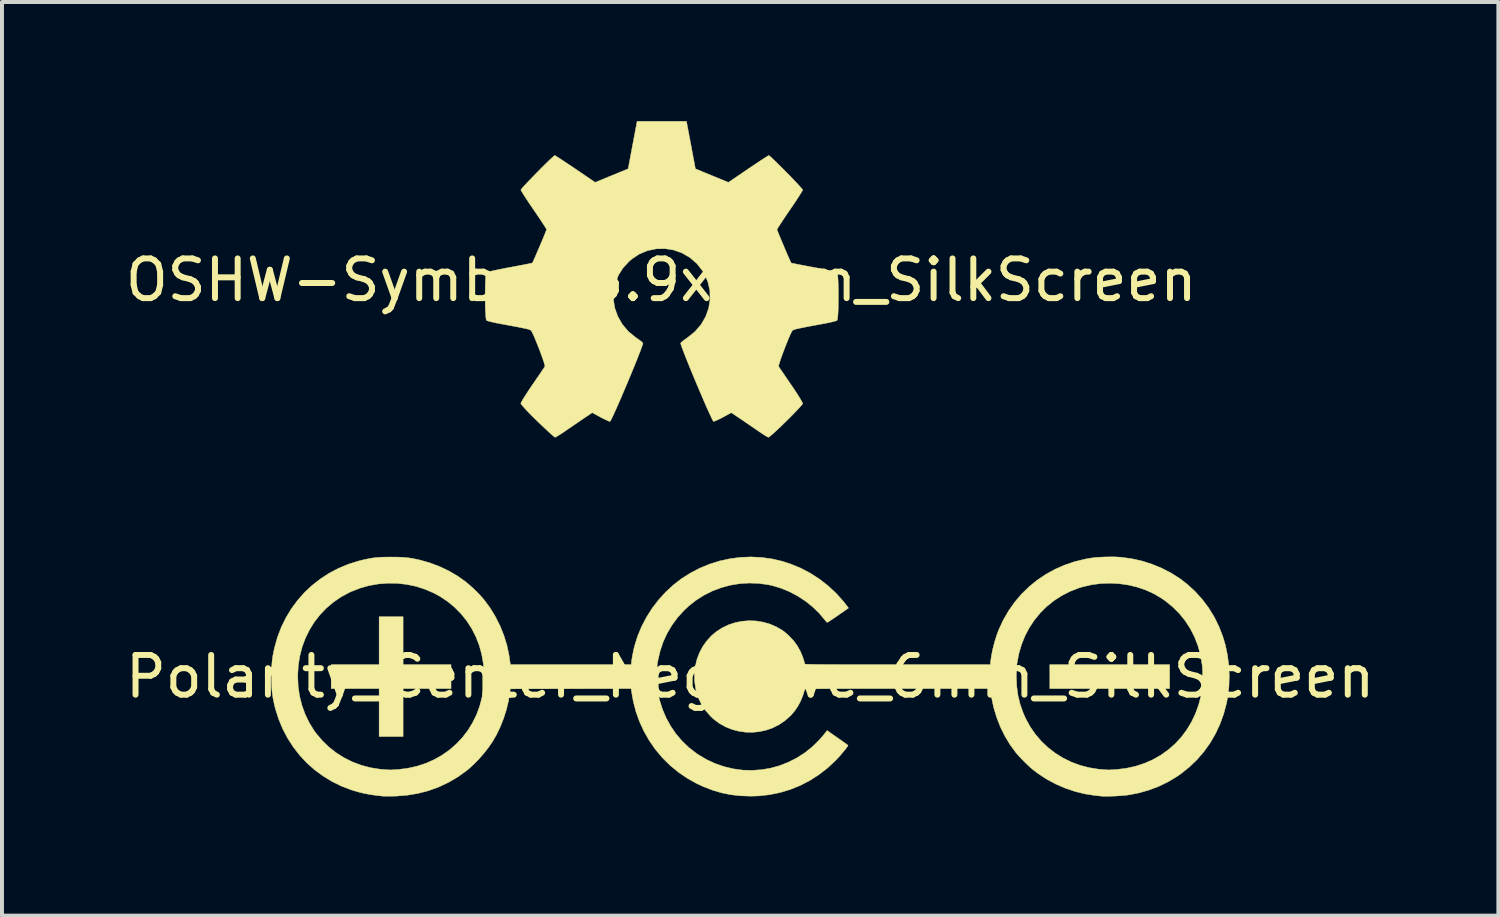
<source format=kicad_pcb>
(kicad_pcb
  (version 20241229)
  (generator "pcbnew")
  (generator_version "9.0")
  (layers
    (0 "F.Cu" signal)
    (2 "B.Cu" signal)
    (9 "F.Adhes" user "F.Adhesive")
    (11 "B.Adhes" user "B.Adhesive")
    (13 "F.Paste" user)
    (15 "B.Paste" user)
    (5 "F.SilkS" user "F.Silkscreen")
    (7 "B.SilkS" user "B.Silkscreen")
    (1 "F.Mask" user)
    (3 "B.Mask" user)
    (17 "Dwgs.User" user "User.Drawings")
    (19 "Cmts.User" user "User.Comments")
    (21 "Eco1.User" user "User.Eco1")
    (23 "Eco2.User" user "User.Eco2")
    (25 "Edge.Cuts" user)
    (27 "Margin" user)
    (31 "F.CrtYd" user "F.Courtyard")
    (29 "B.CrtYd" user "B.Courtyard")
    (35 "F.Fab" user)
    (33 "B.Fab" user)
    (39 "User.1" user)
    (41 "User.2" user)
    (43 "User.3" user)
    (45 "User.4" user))
  (footprint "OSHW-Symbol_8.9x8mm_SilkScreen"
    (layer "F.Cu")
    (at 13.601 4.002)
    (property "Reference" "OSHW-Symbol_8.9x8mm_SilkScreen" (at 0 0 0) (layer "F.SilkS") (effects (font (size 1 1) (thickness 0.15))))
    (attr exclude_from_pos_files exclude_from_bom)
    (fp_poly (pts (xy 0.747 -3.4) (xy 0.859 -2.802) (xy 1.275 -2.631) (xy 1.69 -2.46) (xy 2.188 -2.799) (xy 2.328 -2.893) (xy 2.454 -2.977) (xy 2.561 -3.048) (xy 2.643 -3.1) (xy 2.693 -3.131) (xy 2.707 -3.138) (xy 2.732 -3.121) (xy 2.785 -3.073) (xy 2.86 -3.002) (xy 2.952 -2.912) (xy 3.054 -2.811) (xy 3.161 -2.703) (xy 3.266 -2.596) (xy 3.363 -2.494) (xy 3.447 -2.405) (xy 3.512 -2.333) (xy 3.552 -2.286) (xy 3.561 -2.27) (xy 3.547 -2.241) (xy 3.509 -2.178) (xy 3.451 -2.086) (xy 3.376 -1.971) (xy 3.288 -1.841) (xy 3.237 -1.767) (xy 3.145 -1.632) (xy 3.063 -1.509) (xy 2.995 -1.406) (xy 2.945 -1.329) (xy 2.918 -1.283) (xy 2.914 -1.273) (xy 2.923 -1.245) (xy 2.948 -1.181) (xy 2.986 -1.09) (xy 3.032 -0.979) (xy 3.083 -0.859) (xy 3.134 -0.739) (xy 3.182 -0.627) (xy 3.224 -0.532) (xy 3.254 -0.464) (xy 3.271 -0.432) (xy 3.272 -0.431) (xy 3.297 -0.424) (xy 3.364 -0.411) (xy 3.466 -0.39) (xy 3.597 -0.365) (xy 3.748 -0.337) (xy 3.837 -0.32) (xy 3.998 -0.29) (xy 4.145 -0.26) (xy 4.268 -0.234) (xy 4.36 -0.213) (xy 4.415 -0.197) (xy 4.426 -0.193) (xy 4.437 -0.16) (xy 4.446 -0.086) (xy 4.452 0.02) (xy 4.457 0.15) (xy 4.46 0.296) (xy 4.46 0.448) (xy 4.458 0.598) (xy 4.455 0.737) (xy 4.449 0.857) (xy 4.441 0.949) (xy 4.431 1.005) (xy 4.425 1.016) (xy 4.39 1.03) (xy 4.316 1.05) (xy 4.212 1.074) (xy 4.089 1.098) (xy 4.046 1.106) (xy 3.838 1.144) (xy 3.674 1.175) (xy 3.548 1.2) (xy 3.455 1.219) (xy 3.389 1.235) (xy 3.346 1.248) (xy 3.318 1.26) (xy 3.302 1.272) (xy 3.3 1.274) (xy 3.278 1.311) (xy 3.243 1.384) (xy 3.2 1.484) (xy 3.153 1.601) (xy 3.103 1.727) (xy 3.056 1.852) (xy 3.014 1.969) (xy 2.981 2.067) (xy 2.96 2.138) (xy 2.954 2.173) (xy 2.954 2.174) (xy 2.973 2.203) (xy 3.016 2.266) (xy 3.078 2.357) (xy 3.154 2.469) (xy 3.241 2.596) (xy 3.266 2.632) (xy 3.355 2.763) (xy 3.433 2.883) (xy 3.496 2.984) (xy 3.539 3.06) (xy 3.56 3.103) (xy 3.561 3.109) (xy 3.544 3.137) (xy 3.496 3.193) (xy 3.424 3.271) (xy 3.334 3.365) (xy 3.232 3.468) (xy 3.124 3.575) (xy 3.016 3.68) (xy 2.914 3.776) (xy 2.825 3.858) (xy 2.755 3.919) (xy 2.709 3.954) (xy 2.696 3.959) (xy 2.667 3.946) (xy 2.607 3.91) (xy 2.526 3.857) (xy 2.463 3.815) (xy 2.35 3.737) (xy 2.216 3.645) (xy 2.081 3.553) (xy 2.009 3.504) (xy 1.764 3.339) (xy 1.559 3.45) (xy 1.465 3.499) (xy 1.385 3.536) (xy 1.331 3.558) (xy 1.318 3.561) (xy 1.301 3.539) (xy 1.269 3.476) (xy 1.223 3.379) (xy 1.165 3.253) (xy 1.099 3.103) (xy 1.027 2.936) (xy 0.951 2.758) (xy 0.873 2.574) (xy 0.796 2.39) (xy 0.723 2.211) (xy 0.655 2.044) (xy 0.596 1.895) (xy 0.547 1.768) (xy 0.511 1.671) (xy 0.491 1.608) (xy 0.488 1.586) (xy 0.513 1.558) (xy 0.57 1.514) (xy 0.644 1.461) (xy 0.651 1.457) (xy 0.844 1.302) (xy 1 1.122) (xy 1.117 0.921) (xy 1.194 0.706) (xy 1.229 0.483) (xy 1.222 0.257) (xy 1.17 0.034) (xy 1.073 -0.18) (xy 1.044 -0.226) (xy 0.896 -0.415) (xy 0.72 -0.567) (xy 0.524 -0.681) (xy 0.313 -0.756) (xy 0.093 -0.791) (xy -0.13 -0.786) (xy -0.349 -0.74) (xy -0.559 -0.652) (xy -0.753 -0.521) (xy -0.813 -0.468) (xy -0.966 -0.301) (xy -1.077 -0.126) (xy -1.153 0.07) (xy -1.196 0.265) (xy -1.206 0.483) (xy -1.171 0.703) (xy -1.094 0.916) (xy -0.979 1.116) (xy -0.829 1.294) (xy -0.647 1.444) (xy -0.623 1.46) (xy -0.548 1.512) (xy -0.49 1.557) (xy -0.463 1.585) (xy -0.462 1.586) (xy -0.468 1.617) (xy -0.492 1.687) (xy -0.53 1.791) (xy -0.581 1.922) (xy -0.642 2.076) (xy -0.711 2.245) (xy -0.786 2.425) (xy -0.863 2.61) (xy -0.941 2.793) (xy -1.016 2.97) (xy -1.088 3.134) (xy -1.152 3.279) (xy -1.208 3.4) (xy -1.251 3.491) (xy -1.281 3.546) (xy -1.293 3.561) (xy -1.329 3.55) (xy -1.397 3.519) (xy -1.485 3.476) (xy -1.534 3.45) (xy -1.739 3.339) (xy -1.984 3.504) (xy -2.109 3.589) (xy -2.246 3.683) (xy -2.374 3.77) (xy -2.438 3.815) (xy -2.528 3.875) (xy -2.605 3.923) (xy -2.658 3.953) (xy -2.675 3.959) (xy -2.7 3.942) (xy -2.755 3.895) (xy -2.835 3.823) (xy -2.934 3.731) (xy -3.048 3.623) (xy -3.12 3.554) (xy -3.245 3.431) (xy -3.354 3.32) (xy -3.441 3.227) (xy -3.503 3.157) (xy -3.534 3.114) (xy -3.537 3.105) (xy -3.523 3.072) (xy -3.485 3.005) (xy -3.426 2.911) (xy -3.352 2.796) (xy -3.266 2.668) (xy -3.241 2.632) (xy -3.152 2.502) (xy -3.072 2.386) (xy -3.006 2.288) (xy -2.958 2.217) (xy -2.932 2.178) (xy -2.93 2.174) (xy -2.933 2.143) (xy -2.953 2.076) (xy -2.985 1.98) (xy -3.026 1.865) (xy -3.073 1.74) (xy -3.123 1.614) (xy -3.171 1.495) (xy -3.214 1.394) (xy -3.25 1.318) (xy -3.273 1.276) (xy -3.275 1.274) (xy -3.29 1.262) (xy -3.314 1.25) (xy -3.355 1.237) (xy -3.416 1.222) (xy -3.503 1.204) (xy -3.622 1.18) (xy -3.779 1.151) (xy -3.978 1.114) (xy -4.021 1.106) (xy -4.149 1.082) (xy -4.26 1.058) (xy -4.345 1.036) (xy -4.394 1.02) (xy -4.401 1.016) (xy -4.411 0.983) (xy -4.42 0.909) (xy -4.427 0.802) (xy -4.432 0.672) (xy -4.434 0.526) (xy -4.435 0.374) (xy -4.434 0.224) (xy -4.43 0.085) (xy -4.425 -0.034) (xy -4.417 -0.126) (xy -4.407 -0.181) (xy -4.401 -0.193) (xy -4.369 -0.204) (xy -4.295 -0.222) (xy -4.186 -0.246) (xy -4.051 -0.274) (xy -3.896 -0.305) (xy -3.812 -0.32) (xy -3.652 -0.35) (xy -3.509 -0.377) (xy -3.391 -0.4) (xy -3.304 -0.418) (xy -3.255 -0.428) (xy -3.247 -0.431) (xy -3.233 -0.457) (xy -3.204 -0.52) (xy -3.164 -0.611) (xy -3.117 -0.721) (xy -3.065 -0.841) (xy -3.014 -0.962) (xy -2.967 -1.074) (xy -2.928 -1.17) (xy -2.901 -1.239) (xy -2.889 -1.273) (xy -2.889 -1.274) (xy -2.902 -1.301) (xy -2.94 -1.362) (xy -2.999 -1.452) (xy -3.074 -1.565) (xy -3.161 -1.694) (xy -3.212 -1.768) (xy -3.305 -1.904) (xy -3.387 -2.027) (xy -3.455 -2.132) (xy -3.505 -2.212) (xy -3.532 -2.26) (xy -3.536 -2.271) (xy -3.519 -2.296) (xy -3.473 -2.35) (xy -3.402 -2.426) (xy -3.314 -2.519) (xy -3.214 -2.623) (xy -3.108 -2.731) (xy -3.002 -2.838) (xy -2.902 -2.937) (xy -2.814 -3.022) (xy -2.743 -3.088) (xy -2.697 -3.128) (xy -2.682 -3.138) (xy -2.656 -3.124) (xy -2.596 -3.086) (xy -2.506 -3.028) (xy -2.393 -2.953) (xy -2.262 -2.866) (xy -2.163 -2.799) (xy -1.665 -2.46) (xy -1.25 -2.631) (xy -0.834 -2.802) (xy -0.722 -3.4) (xy -0.609 -3.997) (xy 0.634 -3.997) (xy 0.747 -3.4)) (stroke (width 0.01) (type solid)) (fill yes) (layer "F.SilkS")))
  (footprint "Polarity_Center_Negative_6mm_SilkScreen"
    (layer "F.Cu")
    (at 15.839 13.987)
    (property "Reference" "Polarity_Center_Negative_6mm_SilkScreen" (at 0 0 0) (layer "F.SilkS") (effects (font (size 1 1) (thickness 0.15))))
    (attr exclude_from_pos_files exclude_from_bom)
    (fp_poly (pts (xy 10.562 0.302) (xy 7.545 0.302) (xy 7.545 -0.302) (xy 10.562 -0.302) (xy 10.562 0.302)) (stroke (width 0.01) (type solid)) (fill yes) (layer "F.SilkS"))
    (fp_poly (pts (xy -8.739 -0.302) (xy -7.532 -0.302) (xy -7.532 0.302) (xy -8.739 0.302) (xy -8.739 1.509) (xy -9.343 1.509) (xy -9.343 0.302) (xy -10.55 0.302) (xy -10.55 -0.302) (xy -9.343 -0.302) (xy -9.343 -1.509) (xy -8.739 -1.509) (xy -8.739 -0.302)) (stroke (width 0.01) (type solid)) (fill yes) (layer "F.SilkS"))
    (fp_poly (pts (xy 9.175 -3.015) (xy 9.284 -3.01) (xy 9.337 -3.006) (xy 9.605 -2.97) (xy 9.869 -2.911) (xy 10.125 -2.829) (xy 10.371 -2.727) (xy 10.606 -2.605) (xy 10.827 -2.464) (xy 11.002 -2.329) (xy 11.202 -2.146) (xy 11.382 -1.947) (xy 11.543 -1.733) (xy 11.684 -1.505) (xy 11.803 -1.264) (xy 11.901 -1.012) (xy 11.965 -0.798) (xy 12.018 -0.544) (xy 12.052 -0.282) (xy 12.064 -0.017) (xy 12.056 0.245) (xy 12.027 0.501) (xy 11.995 0.671) (xy 11.923 0.94) (xy 11.83 1.197) (xy 11.715 1.442) (xy 11.581 1.673) (xy 11.426 1.889) (xy 11.252 2.091) (xy 11.06 2.275) (xy 10.85 2.443) (xy 10.762 2.505) (xy 10.53 2.646) (xy 10.288 2.764) (xy 10.035 2.859) (xy 9.771 2.933) (xy 9.515 2.981) (xy 9.451 2.989) (xy 9.371 2.996) (xy 9.282 3.002) (xy 9.188 3.008) (xy 9.095 3.011) (xy 9.008 3.014) (xy 8.933 3.014) (xy 8.874 3.012) (xy 8.852 3.011) (xy 8.821 3.007) (xy 8.773 3.002) (xy 8.714 2.996) (xy 8.676 2.992) (xy 8.428 2.954) (xy 8.179 2.892) (xy 7.933 2.809) (xy 7.695 2.706) (xy 7.466 2.583) (xy 7.252 2.443) (xy 7.123 2.345) (xy 7.041 2.274) (xy 6.951 2.191) (xy 6.861 2.1) (xy 6.775 2.011) (xy 6.703 1.928) (xy 6.694 1.918) (xy 6.548 1.719) (xy 6.417 1.503) (xy 6.303 1.273) (xy 6.208 1.031) (xy 6.132 0.78) (xy 6.077 0.523) (xy 6.066 0.456) (xy 6.044 0.302) (xy 3.713 0.302) (xy 3.419 0.302) (xy 3.148 0.302) (xy 2.901 0.302) (xy 2.677 0.302) (xy 2.474 0.303) (xy 2.291 0.303) (xy 2.129 0.304) (xy 1.985 0.304) (xy 1.859 0.305) (xy 1.749 0.306) (xy 1.656 0.307) (xy 1.578 0.308) (xy 1.515 0.309) (xy 1.464 0.31) (xy 1.426 0.312) (xy 1.4 0.313) (xy 1.384 0.315) (xy 1.378 0.317) (xy 1.378 0.318) (xy 1.327 0.476) (xy 1.271 0.615) (xy 1.207 0.737) (xy 1.133 0.848) (xy 1.046 0.953) (xy 1.007 0.994) (xy 0.871 1.113) (xy 0.724 1.212) (xy 0.567 1.291) (xy 0.402 1.349) (xy 0.232 1.386) (xy 0.058 1.403) (xy -0.115 1.399) (xy -0.288 1.375) (xy -0.456 1.331) (xy -0.618 1.266) (xy -0.772 1.18) (xy -0.915 1.074) (xy -0.997 0.997) (xy -1.119 0.858) (xy -1.218 0.712) (xy -1.295 0.557) (xy -1.327 0.473) (xy -1.375 0.291) (xy -1.4 0.108) (xy -1.402 0.004) (xy 6.702 0.004) (xy 6.713 0.248) (xy 6.745 0.48) (xy 6.8 0.704) (xy 6.878 0.922) (xy 6.935 1.05) (xy 7.048 1.258) (xy 7.181 1.45) (xy 7.331 1.626) (xy 7.498 1.785) (xy 7.681 1.926) (xy 7.877 2.048) (xy 8.086 2.151) (xy 8.306 2.233) (xy 8.536 2.293) (xy 8.775 2.331) (xy 8.915 2.343) (xy 8.96 2.346) (xy 9 2.348) (xy 9.016 2.349) (xy 9.04 2.349) (xy 9.083 2.347) (xy 9.14 2.344) (xy 9.205 2.34) (xy 9.219 2.339) (xy 9.466 2.309) (xy 9.703 2.257) (xy 9.929 2.183) (xy 10.143 2.089) (xy 10.343 1.975) (xy 10.53 1.841) (xy 10.702 1.69) (xy 10.857 1.522) (xy 10.995 1.337) (xy 11.115 1.137) (xy 11.216 0.923) (xy 11.297 0.695) (xy 11.349 0.49) (xy 11.365 0.396) (xy 11.377 0.284) (xy 11.386 0.16) (xy 11.391 0.033) (xy 11.392 -0.091) (xy 11.388 -0.205) (xy 11.38 -0.298) (xy 11.338 -0.545) (xy 11.274 -0.779) (xy 11.188 -1.002) (xy 11.08 -1.212) (xy 10.952 -1.409) (xy 10.803 -1.592) (xy 10.634 -1.76) (xy 10.445 -1.913) (xy 10.361 -1.971) (xy 10.169 -2.085) (xy 9.963 -2.179) (xy 9.747 -2.253) (xy 9.522 -2.307) (xy 9.291 -2.34) (xy 9.058 -2.352) (xy 8.824 -2.343) (xy 8.592 -2.312) (xy 8.366 -2.259) (xy 8.274 -2.231) (xy 8.05 -2.144) (xy 7.841 -2.036) (xy 7.645 -1.909) (xy 7.465 -1.764) (xy 7.302 -1.601) (xy 7.156 -1.423) (xy 7.028 -1.23) (xy 6.92 -1.024) (xy 6.832 -0.805) (xy 6.765 -0.575) (xy 6.72 -0.335) (xy 6.715 -0.302) (xy 6.711 -0.25) (xy 6.707 -0.181) (xy 6.704 -0.103) (xy 6.702 -0.023) (xy 6.702 0.004) (xy -1.402 0.004) (xy -1.403 -0.074) (xy -1.383 -0.253) (xy -1.342 -0.427) (xy -1.28 -0.594) (xy -1.198 -0.751) (xy -1.096 -0.896) (xy -0.976 -1.028) (xy -0.864 -1.124) (xy -0.713 -1.223) (xy -0.551 -1.302) (xy -0.381 -1.359) (xy -0.205 -1.394) (xy -0.025 -1.408) (xy 0.154 -1.401) (xy 0.332 -1.371) (xy 0.506 -1.32) (xy 0.673 -1.247) (xy 0.811 -1.166) (xy 0.853 -1.135) (xy 0.904 -1.092) (xy 0.957 -1.045) (xy 0.99 -1.014) (xy 1.099 -0.897) (xy 1.19 -0.771) (xy 1.267 -0.632) (xy 1.33 -0.478) (xy 1.378 -0.318) (xy 1.383 -0.316) (xy 1.398 -0.314) (xy 1.423 -0.312) (xy 1.459 -0.311) (xy 1.508 -0.309) (xy 1.57 -0.308) (xy 1.646 -0.307) (xy 1.737 -0.306) (xy 1.845 -0.305) (xy 1.969 -0.304) (xy 2.11 -0.304) (xy 2.271 -0.303) (xy 2.451 -0.303) (xy 2.651 -0.302) (xy 2.873 -0.302) (xy 3.117 -0.302) (xy 3.384 -0.302) (xy 3.676 -0.302) (xy 6.046 -0.302) (xy 6.054 -0.38) (xy 6.077 -0.538) (xy 6.112 -0.707) (xy 6.157 -0.879) (xy 6.208 -1.044) (xy 6.257 -1.174) (xy 6.371 -1.422) (xy 6.506 -1.655) (xy 6.659 -1.873) (xy 6.83 -2.075) (xy 7.018 -2.259) (xy 7.221 -2.425) (xy 7.44 -2.573) (xy 7.672 -2.701) (xy 7.917 -2.809) (xy 8.173 -2.896) (xy 8.44 -2.961) (xy 8.593 -2.987) (xy 8.689 -2.999) (xy 8.803 -3.007) (xy 8.927 -3.013) (xy 9.053 -3.015) (xy 9.175 -3.015)) (stroke (width 0.01) (type solid)) (fill yes) (layer "F.SilkS"))
    (fp_poly (pts (xy 0.284 -3.001) (xy 0.547 -2.965) (xy 0.807 -2.905) (xy 1.012 -2.839) (xy 1.268 -2.734) (xy 1.512 -2.606) (xy 1.744 -2.457) (xy 1.961 -2.288) (xy 2.163 -2.1) (xy 2.349 -1.893) (xy 2.443 -1.772) (xy 2.477 -1.727) (xy 2.217 -1.546) (xy 2.145 -1.496) (xy 2.079 -1.452) (xy 2.023 -1.414) (xy 1.98 -1.386) (xy 1.951 -1.369) (xy 1.941 -1.364) (xy 1.927 -1.374) (xy 1.903 -1.398) (xy 1.876 -1.432) (xy 1.733 -1.602) (xy 1.57 -1.759) (xy 1.391 -1.902) (xy 1.198 -2.028) (xy 0.995 -2.136) (xy 0.783 -2.224) (xy 0.568 -2.289) (xy 0.458 -2.313) (xy 0.217 -2.347) (xy -0.023 -2.356) (xy -0.261 -2.341) (xy -0.494 -2.303) (xy -0.722 -2.242) (xy -0.943 -2.159) (xy -1.154 -2.055) (xy -1.354 -1.929) (xy -1.542 -1.782) (xy -1.66 -1.672) (xy -1.826 -1.49) (xy -1.969 -1.296) (xy -2.091 -1.09) (xy -2.191 -0.872) (xy -2.268 -0.641) (xy -2.324 -0.398) (xy -2.334 -0.34) (xy -2.346 -0.243) (xy -2.352 -0.129) (xy -2.355 -0.007) (xy -2.353 0.115) (xy -2.347 0.229) (xy -2.336 0.328) (xy -2.334 0.338) (xy -2.284 0.58) (xy -2.212 0.813) (xy -2.118 1.035) (xy -2.003 1.244) (xy -1.869 1.44) (xy -1.716 1.62) (xy -1.545 1.784) (xy -1.356 1.931) (xy -1.308 1.964) (xy -1.098 2.088) (xy -0.88 2.189) (xy -0.654 2.267) (xy -0.423 2.322) (xy -0.189 2.354) (xy 0.047 2.361) (xy 0.283 2.344) (xy 0.518 2.304) (xy 0.735 2.244) (xy 0.963 2.155) (xy 1.178 2.045) (xy 1.381 1.915) (xy 1.569 1.764) (xy 1.741 1.595) (xy 1.845 1.474) (xy 1.938 1.357) (xy 1.997 1.399) (xy 2.026 1.42) (xy 2.071 1.451) (xy 2.128 1.491) (xy 2.193 1.536) (xy 2.26 1.583) (xy 2.323 1.627) (xy 2.378 1.666) (xy 2.422 1.698) (xy 2.451 1.72) (xy 2.464 1.732) (xy 2.465 1.732) (xy 2.457 1.749) (xy 2.434 1.781) (xy 2.401 1.825) (xy 2.359 1.877) (xy 2.311 1.934) (xy 2.261 1.993) (xy 2.21 2.049) (xy 2.162 2.1) (xy 2.144 2.118) (xy 1.941 2.307) (xy 1.724 2.474) (xy 1.496 2.62) (xy 1.257 2.743) (xy 1.009 2.843) (xy 0.751 2.92) (xy 0.486 2.974) (xy 0.214 3.004) (xy 0.013 3.01) (xy -0.244 3.001) (xy -0.486 2.974) (xy -0.719 2.927) (xy -0.947 2.86) (xy -1.175 2.772) (xy -1.349 2.691) (xy -1.587 2.558) (xy -1.811 2.404) (xy -2.02 2.232) (xy -2.212 2.041) (xy -2.386 1.834) (xy -2.541 1.611) (xy -2.676 1.374) (xy -2.789 1.127) (xy -2.878 0.876) (xy -2.944 0.619) (xy -2.97 0.477) (xy -2.998 0.302) (xy -6.042 0.308) (xy -6.051 0.396) (xy -6.084 0.609) (xy -6.137 0.829) (xy -6.207 1.05) (xy -6.292 1.265) (xy -6.39 1.469) (xy -6.494 1.647) (xy -6.592 1.789) (xy -6.704 1.931) (xy -6.825 2.07) (xy -6.95 2.199) (xy -7.074 2.313) (xy -7.133 2.362) (xy -7.359 2.524) (xy -7.594 2.663) (xy -7.838 2.778) (xy -8.093 2.871) (xy -8.357 2.94) (xy -8.631 2.986) (xy -8.914 3.009) (xy -8.972 3.01) (xy -9.049 3.012) (xy -9.12 3.012) (xy -9.181 3.012) (xy -9.227 3.012) (xy -9.248 3.01) (xy -9.419 2.991) (xy -9.571 2.969) (xy -9.71 2.943) (xy -9.843 2.912) (xy -9.976 2.874) (xy -10.041 2.853) (xy -10.291 2.758) (xy -10.529 2.641) (xy -10.754 2.504) (xy -10.965 2.349) (xy -11.161 2.175) (xy -11.34 1.984) (xy -11.501 1.777) (xy -11.644 1.556) (xy -11.768 1.322) (xy -11.871 1.075) (xy -11.953 0.817) (xy -11.97 0.752) (xy -11.995 0.641) (xy -12.015 0.541) (xy -12.03 0.446) (xy -12.041 0.351) (xy -12.047 0.249) (xy -12.051 0.134) (xy -12.052 0) (xy -12.052 -0.006) (xy -11.392 -0.006) (xy -11.381 0.243) (xy -11.346 0.486) (xy -11.288 0.719) (xy -11.208 0.942) (xy -11.106 1.155) (xy -10.982 1.356) (xy -10.929 1.429) (xy -10.776 1.61) (xy -10.607 1.774) (xy -10.423 1.918) (xy -10.225 2.043) (xy -10.015 2.148) (xy -9.794 2.231) (xy -9.565 2.292) (xy -9.33 2.33) (xy -9.236 2.338) (xy -9.177 2.342) (xy -9.126 2.346) (xy -9.088 2.348) (xy -9.072 2.349) (xy -9.051 2.349) (xy -9.01 2.347) (xy -8.955 2.344) (xy -8.89 2.34) (xy -8.872 2.339) (xy -8.627 2.309) (xy -8.393 2.257) (xy -8.169 2.184) (xy -7.956 2.09) (xy -7.757 1.977) (xy -7.571 1.846) (xy -7.401 1.698) (xy -7.246 1.533) (xy -7.108 1.354) (xy -6.989 1.16) (xy -6.888 0.954) (xy -6.808 0.735) (xy -6.749 0.505) (xy -6.712 0.266) (xy -6.704 0.17) (xy -6.699 -0.079) (xy -6.718 -0.322) (xy -6.759 -0.557) (xy -6.821 -0.784) (xy -6.905 -1) (xy -7.009 -1.206) (xy -7.133 -1.399) (xy -7.276 -1.578) (xy -7.437 -1.742) (xy -7.616 -1.89) (xy -7.812 -2.021) (xy -7.966 -2.104) (xy -8.185 -2.199) (xy -8.412 -2.272) (xy -8.646 -2.321) (xy -8.883 -2.348) (xy -9.122 -2.352) (xy -9.361 -2.333) (xy -9.596 -2.292) (xy -9.826 -2.227) (xy -10.048 -2.14) (xy -10.094 -2.119) (xy -10.304 -2.005) (xy -10.497 -1.872) (xy -10.674 -1.722) (xy -10.833 -1.555) (xy -10.974 -1.374) (xy -11.096 -1.178) (xy -11.198 -0.97) (xy -11.28 -0.751) (xy -11.339 -0.522) (xy -11.377 -0.285) (xy -11.392 -0.039) (xy -11.392 -0.006) (xy -12.052 -0.006) (xy -12.051 -0.134) (xy -12.048 -0.249) (xy -12.041 -0.351) (xy -12.031 -0.446) (xy -12.016 -0.541) (xy -11.996 -0.641) (xy -11.975 -0.736) (xy -11.901 -0.997) (xy -11.805 -1.248) (xy -11.688 -1.486) (xy -11.551 -1.712) (xy -11.395 -1.922) (xy -11.222 -2.118) (xy -11.031 -2.297) (xy -10.825 -2.458) (xy -10.605 -2.602) (xy -10.37 -2.725) (xy -10.123 -2.829) (xy -9.865 -2.91) (xy -9.745 -2.94) (xy -9.642 -2.962) (xy -9.55 -2.98) (xy -9.465 -2.992) (xy -9.379 -3.001) (xy -9.288 -3.007) (xy -9.184 -3.01) (xy -9.063 -3.011) (xy -9.035 -3.011) (xy -8.9 -3.01) (xy -8.784 -3.006) (xy -8.681 -2.999) (xy -8.584 -2.988) (xy -8.486 -2.972) (xy -8.383 -2.951) (xy -8.312 -2.935) (xy -8.067 -2.865) (xy -7.825 -2.774) (xy -7.591 -2.663) (xy -7.37 -2.534) (xy -7.178 -2.399) (xy -7.087 -2.324) (xy -6.988 -2.236) (xy -6.889 -2.141) (xy -6.796 -2.045) (xy -6.716 -1.954) (xy -6.696 -1.93) (xy -6.545 -1.725) (xy -6.411 -1.504) (xy -6.295 -1.272) (xy -6.199 -1.031) (xy -6.124 -0.786) (xy -6.072 -0.54) (xy -6.061 -0.465) (xy -6.054 -0.413) (xy -6.047 -0.367) (xy -6.042 -0.335) (xy -6.041 -0.33) (xy -6.035 -0.302) (xy -2.993 -0.302) (xy -2.993 -0.332) (xy -2.99 -0.364) (xy -2.983 -0.415) (xy -2.972 -0.48) (xy -2.959 -0.553) (xy -2.944 -0.627) (xy -2.929 -0.699) (xy -2.914 -0.761) (xy -2.911 -0.772) (xy -2.834 -1.02) (xy -2.733 -1.263) (xy -2.61 -1.497) (xy -2.468 -1.721) (xy -2.306 -1.932) (xy -2.127 -2.129) (xy -1.932 -2.309) (xy -1.735 -2.462) (xy -1.507 -2.607) (xy -1.269 -2.731) (xy -1.022 -2.833) (xy -0.768 -2.912) (xy -0.508 -2.969) (xy -0.245 -3.003) (xy 0.019 -3.014) (xy 0.284 -3.001)) (stroke (width 0.01) (type solid)) (fill yes) (layer "F.SilkS")))
  (gr_rect
    (start -3 -3)
    (end 34.679 20.006)
    (stroke (width 0.1) (type default))
    (fill no)
    (layer "Edge.Cuts")))
</source>
